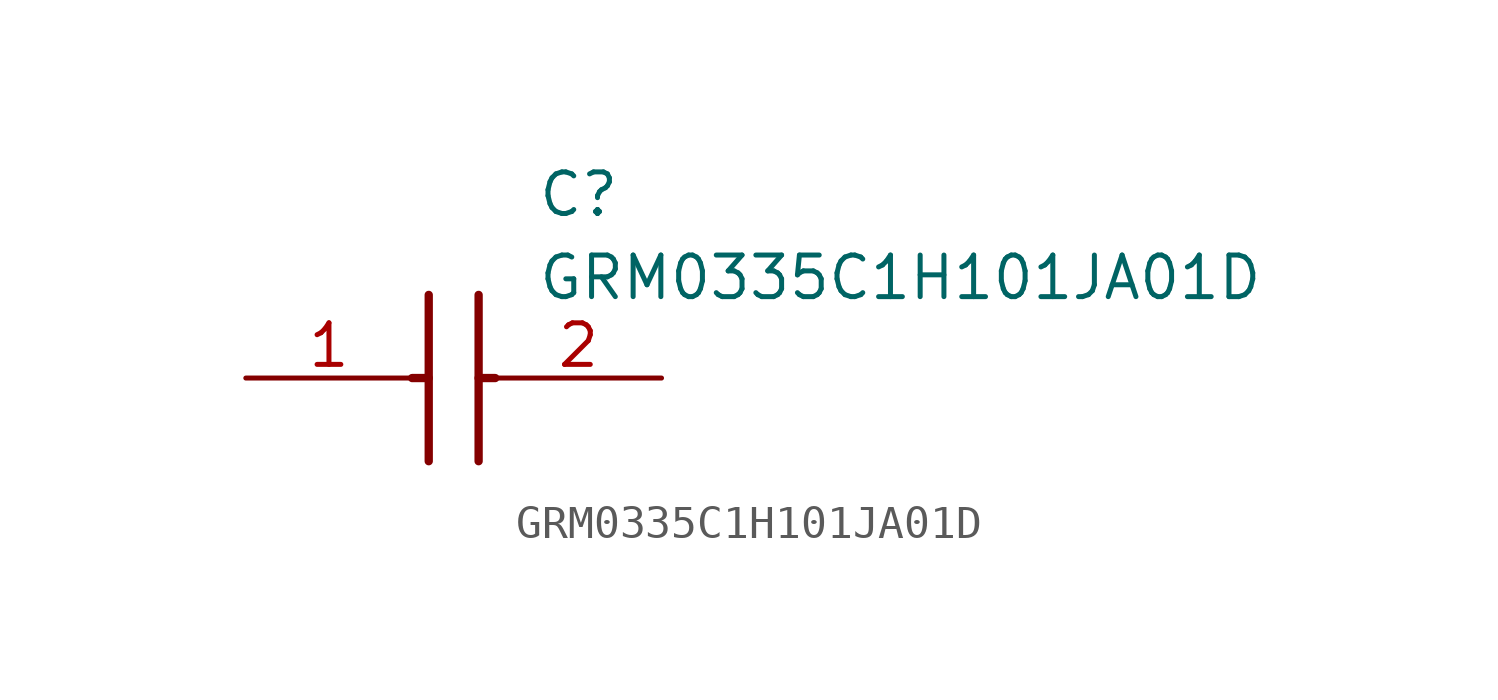
<source format=kicad_sym>
(kicad_symbol_lib
  (version 20211014)
  (generator SamacSys_ECAD_Model)
  (symbol "GRM0335C1H101JA01D"
    (pin_names hide)
    (property "Reference" "C"
      (at 8.89 6.35 0)
      (effects (font (size 1.27 1.27)) (justify left top)))
    (property "Value" "GRM0335C1H101JA01D"
      (at 8.89 3.81 0)
      (effects (font (size 1.27 1.27)) (justify left top)))
    (polyline
      (pts (xy 5.588 2.54) (xy 5.588 -2.54))
      (stroke (width 0.254) (type default))
      (fill (type none)))
    (polyline
      (pts (xy 7.112 2.54) (xy 7.112 -2.54))
      (stroke (width 0.254) (type default))
      (fill (type none)))
    (polyline
      (pts (xy 5.08 0) (xy 5.588 0))
      (stroke (width 0.254) (type default))
      (fill (type none)))
    (polyline
      (pts (xy 7.112 0) (xy 7.62 0))
      (stroke (width 0.254) (type default))
      (fill (type none)))
    (pin passive line
      (at 0 0 0)
      (length 5.08)
      (name "1" (effects (font (size 1.27 1.27))))
      (number "1" (effects (font (size 1.27 1.27)))))
    (pin passive line
      (at 12.7 0 180)
      (length 5.08)
      (name "2" (effects (font (size 1.27 1.27))))
      (number "2" (effects (font (size 1.27 1.27)))))))
</source>
